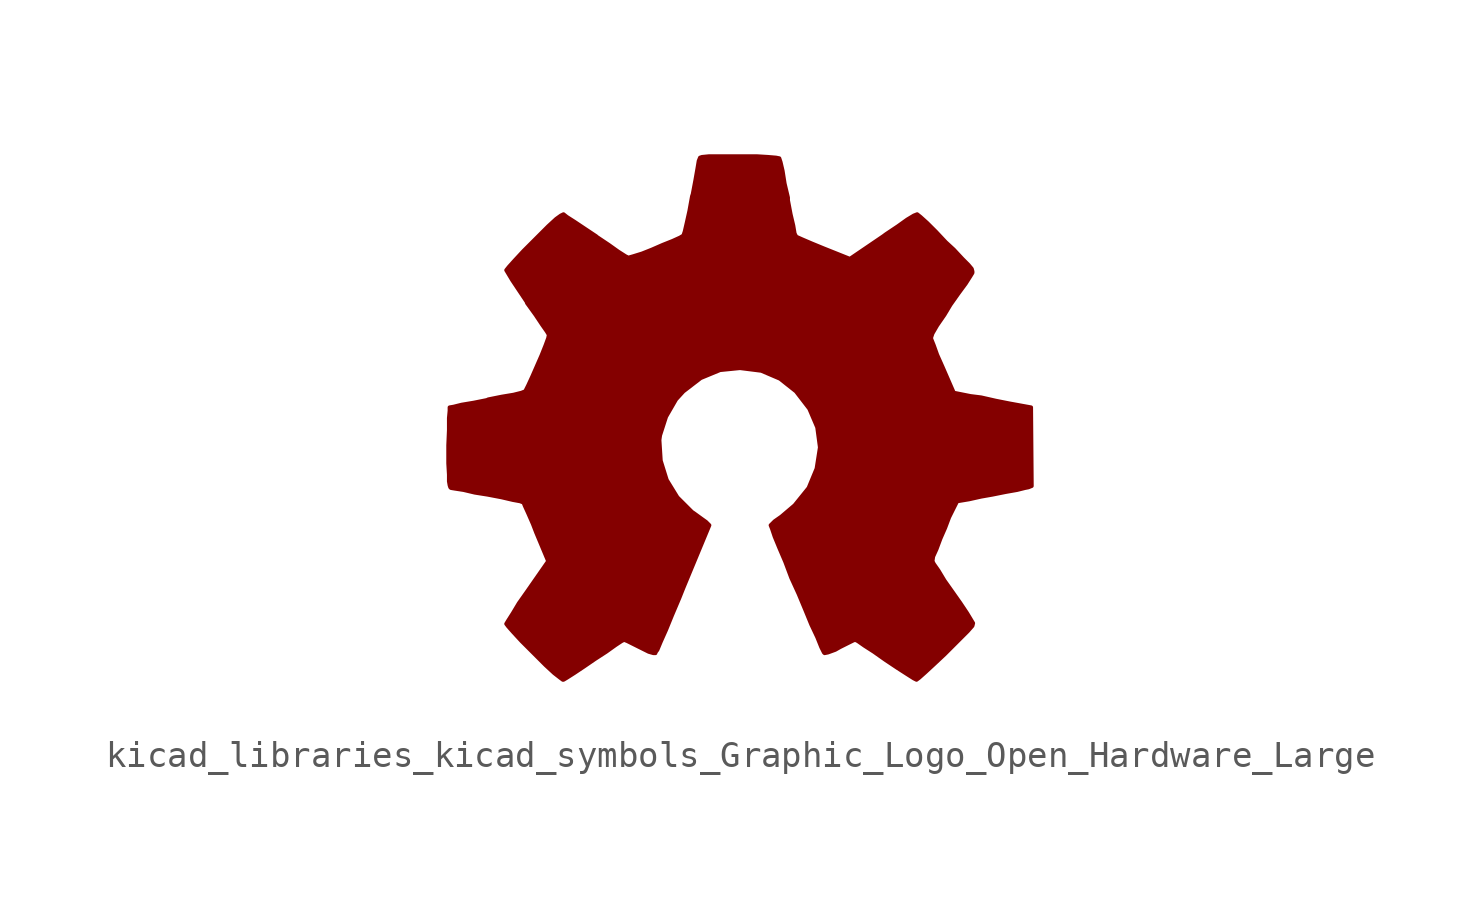
<source format=kicad_sym>
(kicad_symbol_lib
  (version 20220914)
  (generator kicad_symbol_editor)
  (symbol "kicad_libraries_kicad_symbols_Graphic_Logo_Open_Hardware_Large"
    (property "Reference" "#SYM"
      (at 0 12.7 0)
      (effects (font (size 1.27 1.27)) hide))
    (symbol "kicad_libraries_kicad_symbols_Graphic_Logo_Open_Hardware_Large_1_1"
      (polyline (pts (xy 6.731 -8.712) (xy 6.629 -8.661) (xy 6.35 -8.484) (xy 5.994 -8.255) (xy 5.537 -7.95) (xy 5.105 -7.645) (xy 4.75 -7.417) (xy 4.496 -7.239) (xy 4.394 -7.188) (xy 4.318 -7.214) (xy 4.115 -7.315) (xy 3.81 -7.468) (xy 3.632 -7.569) (xy 3.353 -7.671) (xy 3.226 -7.696) (xy 3.2 -7.671) (xy 3.099 -7.468) (xy 2.946 -7.087) (xy 2.718 -6.604) (xy 2.489 -6.045) (xy 2.235 -5.436) (xy 1.956 -4.826) (xy 1.727 -4.216) (xy 1.499 -3.683) (xy 1.321 -3.251) (xy 1.219 -2.946) (xy 1.168 -2.819) (xy 1.194 -2.794) (xy 1.321 -2.667) (xy 1.575 -2.489) (xy 2.083 -2.057) (xy 2.616 -1.397) (xy 2.921 -0.66) (xy 3.048 0.152) (xy 2.946 0.914) (xy 2.642 1.626) (xy 2.134 2.286) (xy 1.524 2.769) (xy 0.813 3.073) (xy 0 3.175) (xy -0.762 3.099) (xy -1.499 2.794) (xy -2.159 2.286) (xy -2.438 1.981) (xy -2.819 1.321) (xy -3.048 0.61) (xy -3.073 0.432) (xy -3.023 -0.356) (xy -2.794 -1.092) (xy -2.388 -1.753) (xy -1.829 -2.311) (xy -1.753 -2.362) (xy -1.473 -2.565) (xy -1.295 -2.692) (xy -1.168 -2.819) (xy -2.159 -5.207) (xy -2.311 -5.588) (xy -2.591 -6.248) (xy -2.819 -6.807) (xy -3.023 -7.264) (xy -3.15 -7.569) (xy -3.226 -7.671) (xy -3.226 -7.696) (xy -3.302 -7.696) (xy -3.48 -7.645) (xy -3.835 -7.468) (xy -4.039 -7.366) (xy -4.293 -7.239) (xy -4.42 -7.188) (xy -4.521 -7.239) (xy -4.75 -7.391) (xy -5.105 -7.645) (xy -5.537 -7.925) (xy -5.944 -8.204) (xy -6.325 -8.458) (xy -6.604 -8.636) (xy -6.731 -8.712) (xy -6.756 -8.712) (xy -6.858 -8.636) (xy -7.087 -8.458) (xy -7.417 -8.153) (xy -7.874 -7.696) (xy -7.95 -7.62) (xy -8.331 -7.239) (xy -8.636 -6.909) (xy -8.839 -6.68) (xy -8.915 -6.579) (xy -8.915 -6.579) (xy -8.839 -6.452) (xy -8.661 -6.172) (xy -8.433 -5.791) (xy -8.128 -5.359) (xy -7.315 -4.191) (xy -7.772 -3.099) (xy -7.899 -2.769) (xy -8.077 -2.362) (xy -8.204 -2.083) (xy -8.255 -1.956) (xy -8.382 -1.905) (xy -8.661 -1.854) (xy -9.093 -1.753) (xy -9.627 -1.651) (xy -10.109 -1.575) (xy -10.541 -1.473) (xy -10.871 -1.422) (xy -11.024 -1.397) (xy -11.049 -1.372) (xy -11.074 -1.295) (xy -11.1 -1.143) (xy -11.1 -0.889) (xy -11.125 -0.457) (xy -11.125 0.152) (xy -11.125 0.229) (xy -11.1 0.813) (xy -11.1 1.27) (xy -11.074 1.549) (xy -11.074 1.676) (xy -11.074 1.676) (xy -10.922 1.702) (xy -10.617 1.778) (xy -10.16 1.854) (xy -9.652 1.956) (xy -9.601 1.981) (xy -9.093 2.083) (xy -8.636 2.159) (xy -8.331 2.235) (xy -8.204 2.286) (xy -8.179 2.311) (xy -8.077 2.515) (xy -7.925 2.845) (xy -7.747 3.251) (xy -7.569 3.658) (xy -7.417 4.039) (xy -7.315 4.318) (xy -7.29 4.445) (xy -7.29 4.445) (xy -7.366 4.572) (xy -7.544 4.826) (xy -7.798 5.207) (xy -8.128 5.664) (xy -8.128 5.69) (xy -8.433 6.147) (xy -8.687 6.528) (xy -8.839 6.782) (xy -8.915 6.909) (xy -8.915 6.909) (xy -8.814 7.036) (xy -8.585 7.29) (xy -8.255 7.645) (xy -7.874 8.026) (xy -7.747 8.153) (xy -7.315 8.585) (xy -7.01 8.865) (xy -6.833 8.992) (xy -6.731 9.042) (xy -6.731 9.042) (xy -6.604 8.941) (xy -6.325 8.763) (xy -5.944 8.509) (xy -5.486 8.204) (xy -5.461 8.179) (xy -5.004 7.874) (xy -4.648 7.62) (xy -4.369 7.442) (xy -4.267 7.391) (xy -4.242 7.391) (xy -4.064 7.442) (xy -3.734 7.544) (xy -3.353 7.696) (xy -2.946 7.874) (xy -2.565 8.026) (xy -2.286 8.153) (xy -2.159 8.23) (xy -2.159 8.23) (xy -2.108 8.382) (xy -2.032 8.712) (xy -1.93 9.169) (xy -1.829 9.728) (xy -1.803 9.804) (xy -1.702 10.338) (xy -1.626 10.77) (xy -1.575 11.074) (xy -1.524 11.201) (xy -1.448 11.227) (xy -1.194 11.252) (xy -0.813 11.252) (xy -0.33 11.252) (xy 0.152 11.252) (xy 0.66 11.252) (xy 1.067 11.227) (xy 1.372 11.201) (xy 1.499 11.176) (xy 1.499 11.176) (xy 1.549 11.024) (xy 1.626 10.693) (xy 1.702 10.211) (xy 1.829 9.677) (xy 1.829 9.576) (xy 1.93 9.042) (xy 2.032 8.611) (xy 2.083 8.306) (xy 2.134 8.204) (xy 2.159 8.179) (xy 2.388 8.077) (xy 2.743 7.925) (xy 3.175 7.747) (xy 4.191 7.341) (xy 5.461 8.204) (xy 5.563 8.28) (xy 6.02 8.585) (xy 6.375 8.839) (xy 6.629 8.992) (xy 6.756 9.042) (xy 6.756 9.042) (xy 6.883 8.941) (xy 7.137 8.712) (xy 7.468 8.382) (xy 7.849 7.976) (xy 8.153 7.696) (xy 8.484 7.341) (xy 8.712 7.112) (xy 8.839 6.96) (xy 8.865 6.858) (xy 8.865 6.807) (xy 8.788 6.68) (xy 8.611 6.401) (xy 8.331 6.02) (xy 8.026 5.588) (xy 7.798 5.207) (xy 7.518 4.801) (xy 7.341 4.496) (xy 7.29 4.343) (xy 7.29 4.293) (xy 7.391 4.039) (xy 7.518 3.683) (xy 7.722 3.226) (xy 8.153 2.235) (xy 8.788 2.108) (xy 9.195 2.057) (xy 9.754 1.93) (xy 10.262 1.829) (xy 11.1 1.676) (xy 11.125 -1.321) (xy 10.998 -1.372) (xy 10.871 -1.397) (xy 10.566 -1.473) (xy 10.135 -1.549) (xy 9.627 -1.651) (xy 9.195 -1.727) (xy 8.738 -1.829) (xy 8.433 -1.88) (xy 8.28 -1.905) (xy 8.255 -1.956) (xy 8.153 -2.159) (xy 7.976 -2.515) (xy 7.823 -2.921) (xy 7.645 -3.327) (xy 7.493 -3.734) (xy 7.366 -4.013) (xy 7.341 -4.191) (xy 7.391 -4.293) (xy 7.569 -4.547) (xy 7.798 -4.928) (xy 8.103 -5.359) (xy 8.407 -5.791) (xy 8.661 -6.172) (xy 8.814 -6.426) (xy 8.89 -6.553) (xy 8.865 -6.655) (xy 8.687 -6.858) (xy 8.357 -7.188) (xy 7.874 -7.671) (xy 7.798 -7.747) (xy 7.391 -8.128) (xy 7.061 -8.433) (xy 6.833 -8.636) (xy 6.731 -8.712)) (stroke (width 0) (type default)) (fill (type outline))))))
</source>
